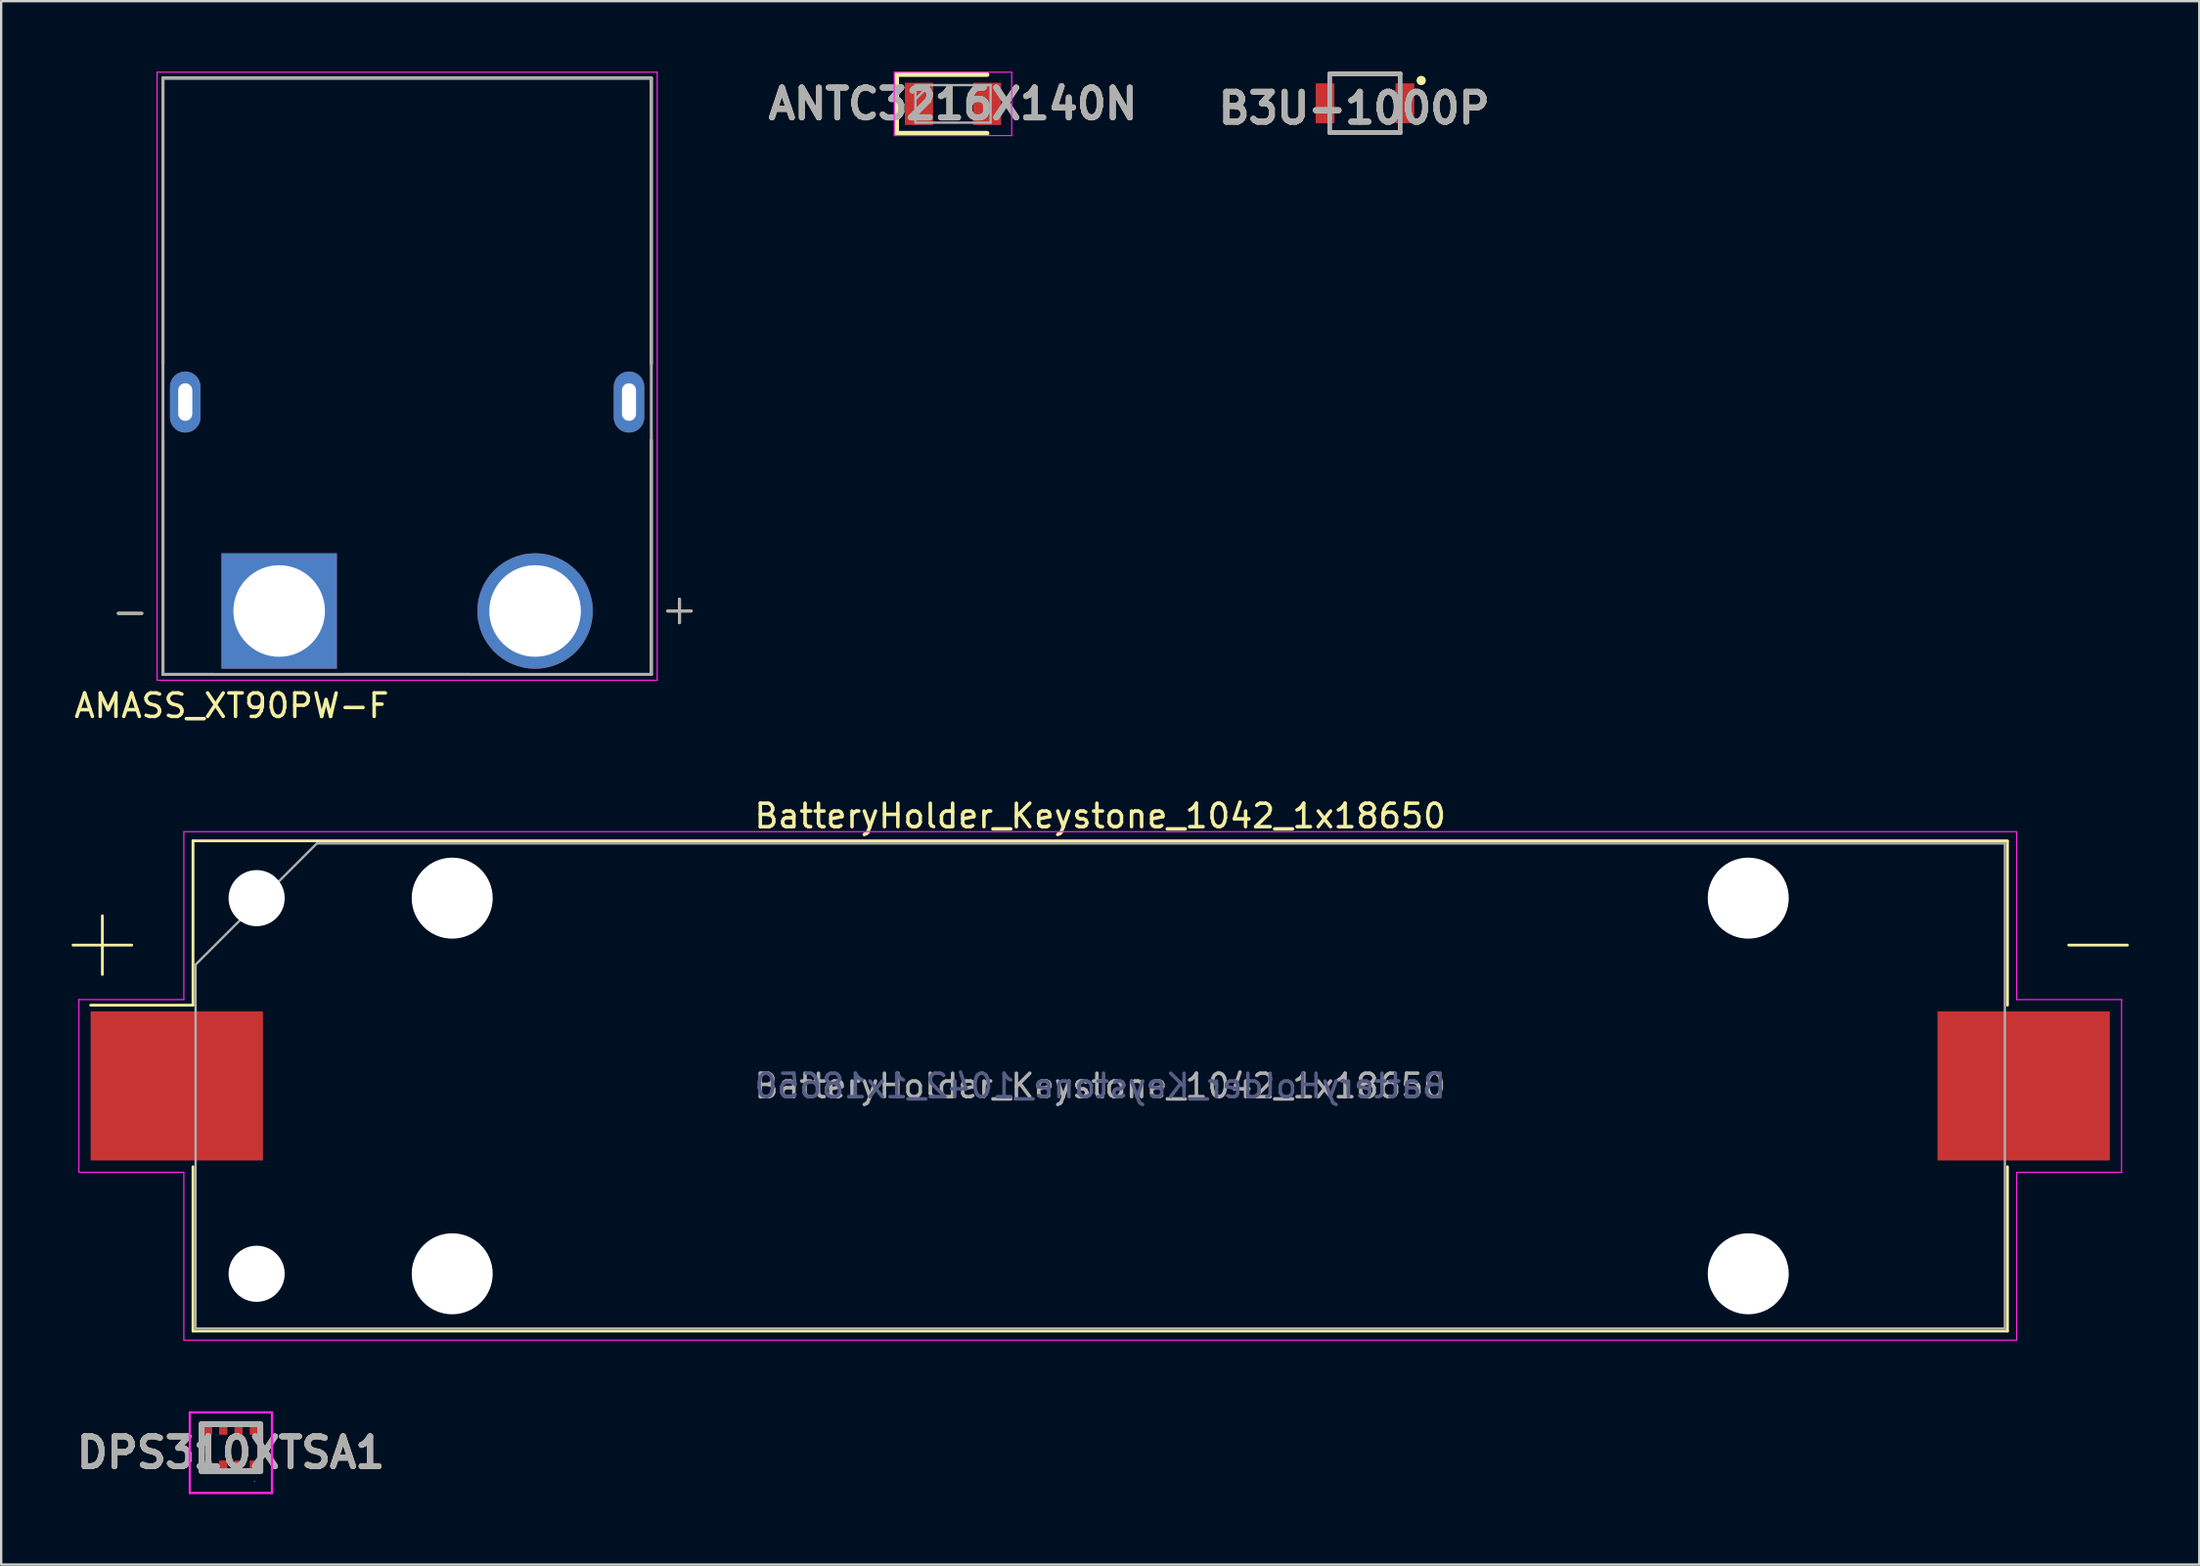
<source format=kicad_pcb>
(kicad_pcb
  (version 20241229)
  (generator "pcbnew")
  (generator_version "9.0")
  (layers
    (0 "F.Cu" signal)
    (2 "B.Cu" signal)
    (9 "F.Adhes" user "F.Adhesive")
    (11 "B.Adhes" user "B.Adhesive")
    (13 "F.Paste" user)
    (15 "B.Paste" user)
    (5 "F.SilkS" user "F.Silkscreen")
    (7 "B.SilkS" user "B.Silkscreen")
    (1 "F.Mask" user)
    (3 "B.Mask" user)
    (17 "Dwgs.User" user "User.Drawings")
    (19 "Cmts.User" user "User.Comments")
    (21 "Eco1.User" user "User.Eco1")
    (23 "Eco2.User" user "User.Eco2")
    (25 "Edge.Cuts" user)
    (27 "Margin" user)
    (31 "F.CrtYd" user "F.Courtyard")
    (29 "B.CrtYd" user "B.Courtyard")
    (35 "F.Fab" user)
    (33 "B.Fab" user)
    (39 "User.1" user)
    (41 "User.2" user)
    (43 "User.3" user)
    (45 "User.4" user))
  (footprint "ANTC3216X140N"
    (layer "F.Cu")
    (at 37.54 1.375)
    (property "Reference" "ANTC3216X140N" (at 0 0 0) (layer "F.SilkS") (effects (font (size 1.27 1.27) (thickness 0.254))))
    (attr smd)
    (fp_line (start -2.4 -1.25) (end -2.4 1.25) (stroke (width 0.2) (type solid)) (layer "F.SilkS"))
    (fp_line (start -2.4 1.25) (end 1.45 1.25) (stroke (width 0.2) (type solid)) (layer "F.SilkS"))
    (fp_line (start 1.45 -1.25) (end -2.4 -1.25) (stroke (width 0.2) (type solid)) (layer "F.SilkS"))
    (fp_line (start -2.5 -1.35) (end 2.5 -1.35) (stroke (width 0.05) (type solid)) (layer "F.CrtYd"))
    (fp_line (start -2.5 1.35) (end -2.5 -1.35) (stroke (width 0.05) (type solid)) (layer "F.CrtYd"))
    (fp_line (start 2.5 -1.35) (end 2.5 1.35) (stroke (width 0.05) (type solid)) (layer "F.CrtYd"))
    (fp_line (start 2.5 1.35) (end -2.5 1.35) (stroke (width 0.05) (type solid)) (layer "F.CrtYd"))
    (fp_line (start -1.6 -0.8) (end 1.6 -0.8) (stroke (width 0.1) (type solid)) (layer "F.Fab"))
    (fp_line (start -1.6 -0.2) (end -1 -0.8) (stroke (width 0.1) (type solid)) (layer "F.Fab"))
    (fp_line (start -1.6 0.8) (end -1.6 -0.8) (stroke (width 0.1) (type solid)) (layer "F.Fab"))
    (fp_line (start 1.6 -0.8) (end 1.6 0.8) (stroke (width 0.1) (type solid)) (layer "F.Fab"))
    (fp_line (start 1.6 0.8) (end -1.6 0.8) (stroke (width 0.1) (type solid)) (layer "F.Fab"))
    (fp_text user "${REFERENCE}" (at 0 0 0) (layer "F.Fab") (effects (font (size 1.27 1.27) (thickness 0.254))))
    (pad "1" smd rect (at -1.45 0) (size 1.2 1.8) (layers "F.Cu" "F.Mask" "F.Paste"))
    (pad "2" smd rect (at 1.45 0) (size 1.2 1.8) (layers "F.Cu" "F.Mask" "F.Paste")))
  (footprint "B3U-1000P"
    (layer "F.Cu")
    (at 55.086 1.35)
    (property "Reference" "B3U-1000P" (at -0.461 0.206 0) (layer "F.SilkS") (effects (font (size 1.27 1.27) (thickness 0.254))))
    (attr smd)
    (fp_line (start -1.5 -1.25) (end 1.5 -1.25) (stroke (width 0.2) (type solid)) (layer "F.SilkS"))
    (fp_line (start -1.5 1.25) (end 1.5 1.25) (stroke (width 0.2) (type solid)) (layer "F.SilkS"))
    (fp_circle (center 2.395 -0.971) (end 2.395 -0.871) (stroke (width 0.2) (type solid)) (fill no) (layer "F.SilkS"))
    (fp_line (start -1.5 -1.25) (end 1.5 -1.25) (stroke (width 0.2) (type solid)) (layer "F.Fab"))
    (fp_line (start -1.5 1.25) (end -1.5 -1.25) (stroke (width 0.2) (type solid)) (layer "F.Fab"))
    (fp_line (start 1.5 -1.25) (end 1.5 1.25) (stroke (width 0.2) (type solid)) (layer "F.Fab"))
    (fp_line (start 1.5 1.25) (end -1.5 1.25) (stroke (width 0.2) (type solid)) (layer "F.Fab"))
    (fp_text user "${REFERENCE}" (at -0.461 0.206 0) (layer "F.Fab") (effects (font (size 1.27 1.27) (thickness 0.254))))
    (pad "1" smd rect (at 1.7 0) (size 0.8 1.7) (layers "F.Cu" "F.Mask" "F.Paste"))
    (pad "2" smd rect (at -1.7 0) (size 0.8 1.7) (layers "F.Cu" "F.Mask" "F.Paste")))
  (footprint "DPS310XTSA1"
    (layer "F.Cu")
    (at 6.785 58.611)
    (property "Reference" "DPS310XTSA1" (at 0 0.216 0) (layer "F.SilkS") (effects (font (size 1.27 1.27) (thickness 0.254))))
    (attr smd)
    (fp_line (start -1.25 -0.25) (end -1.25 0.25) (stroke (width 0.254) (type solid)) (layer "F.SilkS"))
    (fp_line (start 1.001 1.424) (end 1.001 1.424) (stroke (width 0.016) (type solid)) (layer "F.SilkS"))
    (fp_line (start 1.017 1.424) (end 1.017 1.424) (stroke (width 0.016) (type solid)) (layer "F.SilkS"))
    (fp_line (start 1.25 -0.25) (end 1.25 0.25) (stroke (width 0.254) (type solid)) (layer "F.SilkS"))
    (fp_arc (start 1.001 1.424) (mid 1.009 1.416) (end 1.017 1.424) (stroke (width 0.016) (type solid)) (layer "F.SilkS"))
    (fp_arc (start 1.017 1.424) (mid 1.009 1.432) (end 1.001 1.424) (stroke (width 0.016) (type solid)) (layer "F.SilkS"))
    (fp_line (start -1.75 -1.5) (end 1.75 -1.5) (stroke (width 0.1) (type solid)) (layer "F.CrtYd"))
    (fp_line (start -1.75 1.932) (end -1.75 -1.5) (stroke (width 0.1) (type solid)) (layer "F.CrtYd"))
    (fp_line (start 1.75 -1.5) (end 1.75 1.932) (stroke (width 0.1) (type solid)) (layer "F.CrtYd"))
    (fp_line (start 1.75 1.932) (end -1.75 1.932) (stroke (width 0.1) (type solid)) (layer "F.CrtYd"))
    (fp_line (start -1.25 -1) (end 1.25 -1) (stroke (width 0.254) (type solid)) (layer "F.Fab"))
    (fp_line (start -1.25 1) (end -1.25 -1) (stroke (width 0.254) (type solid)) (layer "F.Fab"))
    (fp_line (start 1.25 -1) (end 1.25 1) (stroke (width 0.254) (type solid)) (layer "F.Fab"))
    (fp_line (start 1.25 1) (end -1.25 1) (stroke (width 0.254) (type solid)) (layer "F.Fab"))
    (fp_text user "${REFERENCE}" (at 0 0.216 0) (layer "F.Fab") (effects (font (size 1.27 1.27) (thickness 0.254))))
    (pad "1" smd rect (at 0.975 0.725 90) (size 0.35 0.35) (layers "F.Cu" "F.Mask" "F.Paste"))
    (pad "2" smd rect (at 0.325 0.725 90) (size 0.35 0.35) (layers "F.Cu" "F.Mask" "F.Paste"))
    (pad "3" smd rect (at -0.325 0.725 90) (size 0.35 0.35) (layers "F.Cu" "F.Mask" "F.Paste"))
    (pad "4" smd rect (at -0.975 0.725 90) (size 0.35 0.35) (layers "F.Cu" "F.Mask" "F.Paste"))
    (pad "5" smd rect (at -0.975 -0.725 90) (size 0.35 0.35) (layers "F.Cu" "F.Mask" "F.Paste"))
    (pad "6" smd rect (at -0.325 -0.725 90) (size 0.35 0.35) (layers "F.Cu" "F.Mask" "F.Paste"))
    (pad "7" smd rect (at 0.325 -0.725 90) (size 0.35 0.35) (layers "F.Cu" "F.Mask" "F.Paste"))
    (pad "8" smd rect (at 0.975 -0.725 90) (size 0.35 0.35) (layers "F.Cu" "F.Mask" "F.Paste")))
  (footprint "BatteryHolder_Keystone_1042_1x18650"
    (layer "F.Cu")
    (at 43.81 43.206)
    (property "Reference" "BatteryHolder_Keystone_1042_1x18650" (at 0 -11.5 0) (layer "F.SilkS") (effects (font (size 1 1) (thickness 0.15))))
    (attr smd)
    (fp_line (start -43.75 -6) (end -41.25 -6) (stroke (width 0.12) (type solid)) (layer "F.SilkS"))
    (fp_line (start -42.5 -4.75) (end -42.5 -7.25) (stroke (width 0.12) (type solid)) (layer "F.SilkS"))
    (fp_line (start -38.64 -10.44) (end -38.64 -3.44) (stroke (width 0.12) (type solid)) (layer "F.SilkS"))
    (fp_line (start -38.64 -3.44) (end -43 -3.44) (stroke (width 0.12) (type solid)) (layer "F.SilkS"))
    (fp_line (start -38.64 10.44) (end -38.64 3.44) (stroke (width 0.12) (type solid)) (layer "F.SilkS"))
    (fp_line (start 38.64 -10.44) (end -38.64 -10.44) (stroke (width 0.12) (type solid)) (layer "F.SilkS"))
    (fp_line (start 38.64 -3.44) (end 38.64 -10.42) (stroke (width 0.12) (type solid)) (layer "F.SilkS"))
    (fp_line (start 38.64 3.44) (end 38.64 10.44) (stroke (width 0.12) (type solid)) (layer "F.SilkS"))
    (fp_line (start 38.64 10.44) (end -38.64 10.44) (stroke (width 0.12) (type solid)) (layer "F.SilkS"))
    (fp_line (start 43.75 -6) (end 41.25 -6) (stroke (width 0.12) (type solid)) (layer "F.SilkS"))
    (fp_line (start -43.5 -3.68) (end -39.03 -3.68) (stroke (width 0.05) (type solid)) (layer "F.CrtYd"))
    (fp_line (start -43.5 3.68) (end -43.5 -3.68) (stroke (width 0.05) (type solid)) (layer "F.CrtYd"))
    (fp_line (start -39.03 -10.83) (end -39.03 -3.68) (stroke (width 0.05) (type solid)) (layer "F.CrtYd"))
    (fp_line (start -39.03 -10.83) (end 39.03 -10.83) (stroke (width 0.05) (type solid)) (layer "F.CrtYd"))
    (fp_line (start -39.03 3.68) (end -43.5 3.68) (stroke (width 0.05) (type solid)) (layer "F.CrtYd"))
    (fp_line (start -39.03 10.83) (end -39.03 3.68) (stroke (width 0.05) (type solid)) (layer "F.CrtYd"))
    (fp_line (start -39.03 10.83) (end 39.03 10.83) (stroke (width 0.05) (type solid)) (layer "F.CrtYd"))
    (fp_line (start 39.03 -10.83) (end 39.03 -3.68) (stroke (width 0.05) (type solid)) (layer "F.CrtYd"))
    (fp_line (start 39.03 3.68) (end 43.5 3.68) (stroke (width 0.05) (type solid)) (layer "F.CrtYd"))
    (fp_line (start 39.03 10.83) (end 39.03 3.68) (stroke (width 0.05) (type solid)) (layer "F.CrtYd"))
    (fp_line (start 43.5 -3.68) (end 39.03 -3.68) (stroke (width 0.05) (type solid)) (layer "F.CrtYd"))
    (fp_line (start 43.5 3.68) (end 43.5 -3.68) (stroke (width 0.05) (type solid)) (layer "F.CrtYd"))
    (fp_line (start -38.53 -5.168) (end -38.53 10.33) (stroke (width 0.1) (type solid)) (layer "F.Fab"))
    (fp_line (start -38.53 10.33) (end 38.53 10.33) (stroke (width 0.1) (type solid)) (layer "F.Fab"))
    (fp_line (start -33.367 -10.33) (end -38.53 -5.168) (stroke (width 0.1) (type solid)) (layer "F.Fab"))
    (fp_line (start -33.367 -10.33) (end 38.53 -10.33) (stroke (width 0.1) (type solid)) (layer "F.Fab"))
    (fp_line (start 38.53 -10.33) (end 38.53 10.33) (stroke (width 0.1) (type solid)) (layer "F.Fab"))
    (fp_text user "${REFERENCE}" (at 0 0 180) (layer "B.Fab") (effects (font (size 1 1) (thickness 0.15)) (justify mirror)))
    (fp_text user "${REFERENCE}" (at 0 0 0) (layer "F.Fab") (effects (font (size 1 1) (thickness 0.15))))
    (pad "" np_thru_hole circle (at -35.93 -8) (size 2.39 2.39) (drill 2.39) (layers "*.Cu" "*.Mask"))
    (pad "" np_thru_hole circle (at -35.93 8 180) (size 2.39 2.39) (drill 2.39) (layers "*.Cu" "*.Mask"))
    (pad "" np_thru_hole circle (at -27.6 -8 180) (size 3.45 3.45) (drill 3.45) (layers "*.Cu" "*.Mask"))
    (pad "" np_thru_hole circle (at -27.6 8) (size 3.45 3.45) (drill 3.45) (layers "*.Cu" "*.Mask"))
    (pad "" np_thru_hole circle (at 27.6 -8) (size 3.45 3.45) (drill 3.45) (layers "*.Cu" "*.Mask"))
    (pad "" np_thru_hole circle (at 27.6 8 180) (size 3.45 3.45) (drill 3.45) (layers "*.Cu" "*.Mask"))
    (pad "1" smd rect (at -39.33 0) (size 7.34 6.35) (layers "F.Cu" "F.Mask" "F.Paste"))
    (pad "2" smd rect (at 39.33 0) (size 7.34 6.35) (layers "F.Cu" "F.Mask" "F.Paste")))
  (footprint "AMASS_XT90PW-F"
    (layer "F.Cu")
    (at 14.29 14.075)
    (property "Reference" "AMASS_XT90PW-F" (at -7.475 12.935 0) (layer "F.SilkS") (effects (font (size 1 1) (thickness 0.15))))
    (attr through_hole)
    (fp_line (start -12.3 9) (end -11.3 9) (stroke (width 0.127) (type solid)) (layer "F.SilkS"))
    (fp_line (start -10.4 -13.8) (end 10.4 -13.8) (stroke (width 0.127) (type solid)) (layer "F.SilkS"))
    (fp_line (start -10.4 -1.62) (end -10.4 -13.8) (stroke (width 0.127) (type solid)) (layer "F.SilkS"))
    (fp_line (start -10.4 11.6) (end -10.4 1.62) (stroke (width 0.127) (type solid)) (layer "F.SilkS"))
    (fp_line (start -8.228 11.6) (end -10.4 11.6) (stroke (width 0.127) (type solid)) (layer "F.SilkS"))
    (fp_line (start -2.672 11.6) (end 2.672 11.6) (stroke (width 0.127) (type solid)) (layer "F.SilkS"))
    (fp_line (start 10.4 -13.8) (end 10.4 -1.62) (stroke (width 0.127) (type solid)) (layer "F.SilkS"))
    (fp_line (start 10.4 11.6) (end 8.228 11.6) (stroke (width 0.127) (type solid)) (layer "F.SilkS"))
    (fp_line (start 10.4 11.6) (end 10.4 1.62) (stroke (width 0.127) (type solid)) (layer "F.SilkS"))
    (fp_line (start 11.6 8.4) (end 11.6 9.4) (stroke (width 0.127) (type solid)) (layer "F.SilkS"))
    (fp_line (start 12.1 8.9) (end 11.1 8.9) (stroke (width 0.127) (type solid)) (layer "F.SilkS"))
    (fp_line (start -10.65 -14.05) (end -10.65 11.85) (stroke (width 0.05) (type solid)) (layer "F.CrtYd"))
    (fp_line (start -10.65 11.85) (end 10.65 11.85) (stroke (width 0.05) (type solid)) (layer "F.CrtYd"))
    (fp_line (start 10.65 -14.05) (end -10.65 -14.05) (stroke (width 0.05) (type solid)) (layer "F.CrtYd"))
    (fp_line (start 10.65 11.85) (end 10.65 -14.05) (stroke (width 0.05) (type solid)) (layer "F.CrtYd"))
    (fp_line (start -12.3 9) (end -11.3 9) (stroke (width 0.127) (type solid)) (layer "F.Fab"))
    (fp_line (start -10.4 -13.8) (end 10.4 -13.8) (stroke (width 0.127) (type solid)) (layer "F.Fab"))
    (fp_line (start -10.4 11.6) (end -10.4 -13.8) (stroke (width 0.127) (type solid)) (layer "F.Fab"))
    (fp_line (start 10.4 -13.8) (end 10.4 11.6) (stroke (width 0.127) (type solid)) (layer "F.Fab"))
    (fp_line (start 10.4 11.6) (end -10.4 11.6) (stroke (width 0.127) (type solid)) (layer "F.Fab"))
    (fp_line (start 11.1 8.9) (end 12.1 8.9) (stroke (width 0.127) (type solid)) (layer "F.Fab"))
    (fp_line (start 11.6 8.4) (end 11.6 9.4) (stroke (width 0.127) (type solid)) (layer "F.Fab"))
    (pad "N" thru_hole rect (at -5.45 8.9) (size 4.916 4.916) (drill 3.9) (layers "*.Cu" "*.Mask"))
    (pad "P" thru_hole circle (at 5.45 8.9) (size 4.916 4.916) (drill 3.9) (layers "*.Cu" "*.Mask"))
    (pad "S1" thru_hole oval (at -9.45 0) (size 1.3 2.6) (drill oval 0.6 1.6) (layers "*.Cu" "*.Mask"))
    (pad "S2" thru_hole oval (at 9.45 0) (size 1.3 2.6) (drill oval 0.6 1.6) (layers "*.Cu" "*.Mask")))
  (gr_rect
    (start -3 -3)
    (end 90.62 63.593)
    (stroke (width 0.1) (type default))
    (fill no)
    (layer "Edge.Cuts")))
</source>
